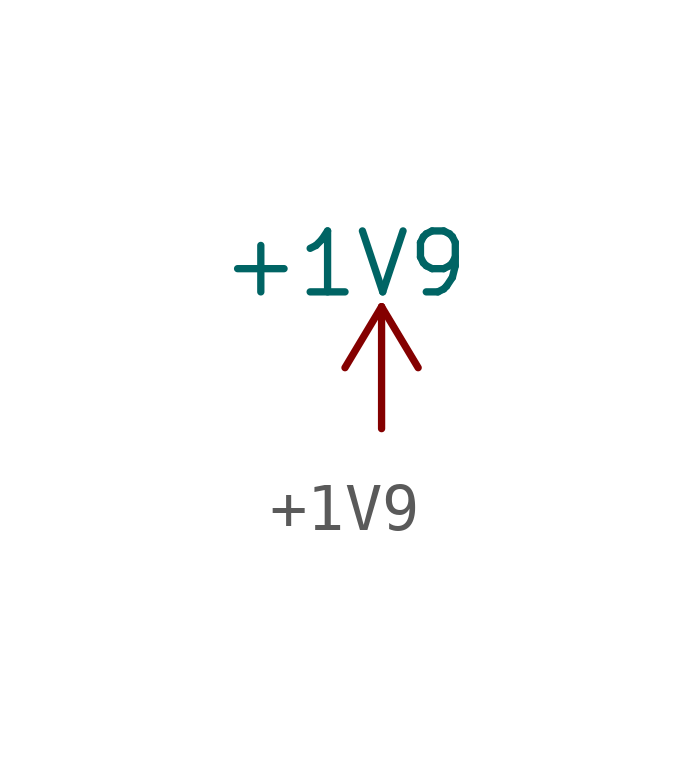
<source format=kicad_sym>
(kicad_symbol_lib
  (version 20211014)
  (generator kicad_symbol_editor)
  (symbol "+1V9"
    (power)
    (property "Reference" "#PWR"
      (at -0.635 -1.27 0)
      (effects (font (size 1.27 1.27)) hide))
    (property "Value" "+1V9"
      (at -0.762 3.429 0)
      (effects (font (size 1.27 1.27))))
    (symbol "+1V9_0_1"
      (polyline (pts (xy -0.762 1.27) (xy 0 2.54)) (stroke (width 0) (type default) (color 0 0 0 0)) (fill (type none)))
      (polyline (pts (xy 0 0) (xy 0 2.54)) (stroke (width 0) (type default) (color 0 0 0 0)) (fill (type none)))
      (polyline (pts (xy 0 2.54) (xy 0.762 1.27)) (stroke (width 0) (type default) (color 0 0 0 0)) (fill (type none))))
    (symbol "+1V9_1_1"
      (pin power_in line (at 0 0 90) (length 0) hide (name "+1V9" (effects (font (size 1.27 1.27)))) (number "1" (effects (font (size 1.27 1.27))))))))
</source>
